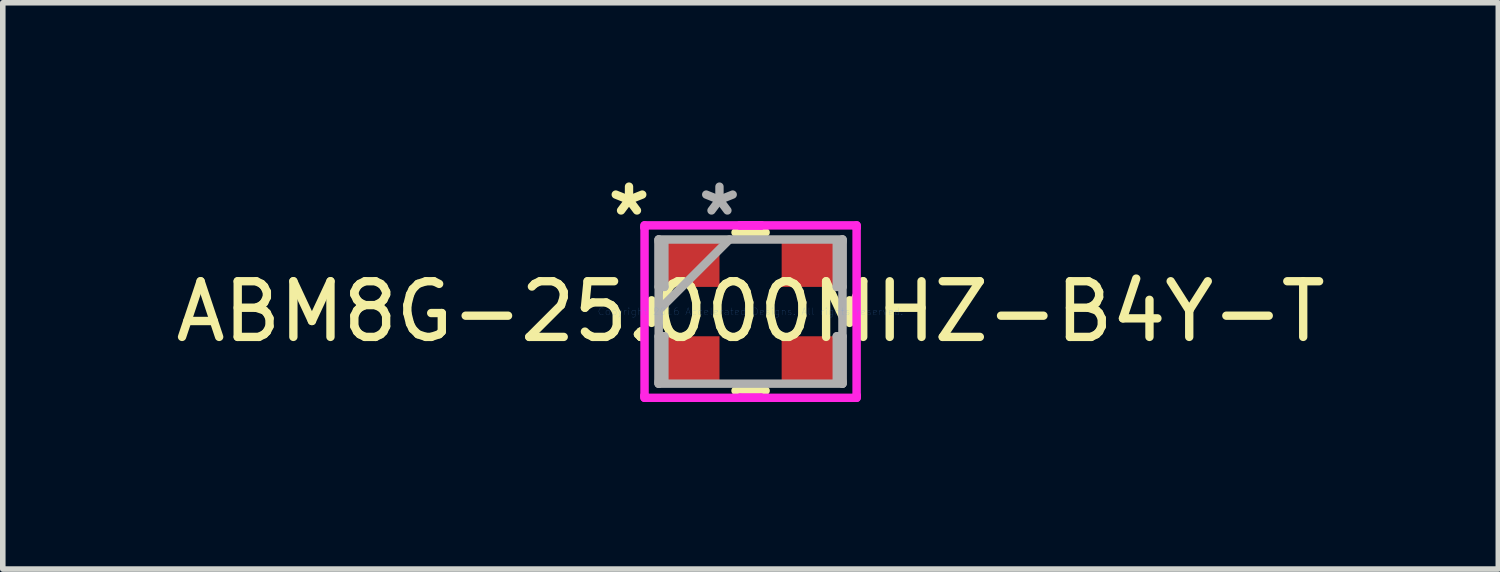
<source format=kicad_pcb>
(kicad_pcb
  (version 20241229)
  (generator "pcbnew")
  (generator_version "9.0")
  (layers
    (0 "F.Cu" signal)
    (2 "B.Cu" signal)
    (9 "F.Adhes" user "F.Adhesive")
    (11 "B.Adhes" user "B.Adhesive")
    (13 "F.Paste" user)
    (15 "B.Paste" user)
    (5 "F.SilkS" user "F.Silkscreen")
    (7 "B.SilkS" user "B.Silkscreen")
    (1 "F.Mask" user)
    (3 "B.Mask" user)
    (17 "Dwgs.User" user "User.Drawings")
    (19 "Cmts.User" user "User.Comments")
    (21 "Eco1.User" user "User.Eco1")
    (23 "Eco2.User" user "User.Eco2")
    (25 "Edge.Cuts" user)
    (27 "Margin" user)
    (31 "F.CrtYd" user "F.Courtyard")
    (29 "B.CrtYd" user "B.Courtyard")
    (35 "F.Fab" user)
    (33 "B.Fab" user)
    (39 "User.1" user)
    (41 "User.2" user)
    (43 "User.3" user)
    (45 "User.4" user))
  (footprint "ABM8G-25.000MHZ-B4Y-T"
    (layer "F.Cu")
    (at 10.435 2.548)
    (property "Reference" "ABM8G-25.000MHZ-B4Y-T" (at 0 0 0) (layer "F.SilkS") (effects (font (size 1 1) (thickness 0.15))))
    (attr through_hole)
    (fp_line (start -1.778 -0.202) (end -1.778 0.202) (stroke (width 0.152) (type solid)) (layer "F.SilkS"))
    (fp_line (start -0.27 1.422) (end 0.27 1.422) (stroke (width 0.152) (type solid)) (layer "F.SilkS"))
    (fp_line (start 0.27 -1.422) (end -0.27 -1.422) (stroke (width 0.152) (type solid)) (layer "F.SilkS"))
    (fp_line (start 1.778 0.202) (end 1.778 -0.202) (stroke (width 0.152) (type solid)) (layer "F.SilkS"))
    (fp_line (start -1.905 -1.549) (end 0.19 -1.549) (stroke (width 0.152) (type solid)) (layer "F.CrtYd"))
    (fp_line (start -1.905 -1.51) (end -1.905 -1.549) (stroke (width 0.152) (type solid)) (layer "F.CrtYd"))
    (fp_line (start -1.905 -1.51) (end -1.905 -1.51) (stroke (width 0.152) (type solid)) (layer "F.CrtYd"))
    (fp_line (start -1.905 1.51) (end -1.905 -1.51) (stroke (width 0.152) (type solid)) (layer "F.CrtYd"))
    (fp_line (start -1.905 1.51) (end -1.905 1.51) (stroke (width 0.152) (type solid)) (layer "F.CrtYd"))
    (fp_line (start -1.905 1.549) (end -1.905 1.51) (stroke (width 0.152) (type solid)) (layer "F.CrtYd"))
    (fp_line (start -0.19 -1.549) (end -0.19 -1.549) (stroke (width 0.152) (type solid)) (layer "F.CrtYd"))
    (fp_line (start -0.19 -1.549) (end 1.905 -1.549) (stroke (width 0.152) (type solid)) (layer "F.CrtYd"))
    (fp_line (start -0.19 1.549) (end -0.19 1.549) (stroke (width 0.152) (type solid)) (layer "F.CrtYd"))
    (fp_line (start -0.19 1.549) (end 0.19 1.549) (stroke (width 0.152) (type solid)) (layer "F.CrtYd"))
    (fp_line (start 0.19 -1.549) (end -0.19 -1.549) (stroke (width 0.152) (type solid)) (layer "F.CrtYd"))
    (fp_line (start 0.19 -1.549) (end 0.19 -1.549) (stroke (width 0.152) (type solid)) (layer "F.CrtYd"))
    (fp_line (start 0.19 1.549) (end -1.905 1.549) (stroke (width 0.152) (type solid)) (layer "F.CrtYd"))
    (fp_line (start 0.19 1.549) (end 0.19 1.549) (stroke (width 0.152) (type solid)) (layer "F.CrtYd"))
    (fp_line (start 1.905 -1.549) (end 1.905 -1.51) (stroke (width 0.152) (type solid)) (layer "F.CrtYd"))
    (fp_line (start 1.905 -1.51) (end 1.905 -1.51) (stroke (width 0.152) (type solid)) (layer "F.CrtYd"))
    (fp_line (start 1.905 -1.51) (end 1.905 1.51) (stroke (width 0.152) (type solid)) (layer "F.CrtYd"))
    (fp_line (start 1.905 1.51) (end 1.905 1.51) (stroke (width 0.152) (type solid)) (layer "F.CrtYd"))
    (fp_line (start 1.905 1.51) (end 1.905 1.549) (stroke (width 0.152) (type solid)) (layer "F.CrtYd"))
    (fp_line (start 1.905 1.549) (end -0.19 1.549) (stroke (width 0.152) (type solid)) (layer "F.CrtYd"))
    (fp_line (start -1.651 -1.295) (end -1.651 -1.295) (stroke (width 0.152) (type solid)) (layer "F.Fab"))
    (fp_line (start -1.651 -1.295) (end -1.651 1.295) (stroke (width 0.152) (type solid)) (layer "F.Fab"))
    (fp_line (start -1.651 -1.256) (end -1.549 -1.256) (stroke (width 0.152) (type solid)) (layer "F.Fab"))
    (fp_line (start -1.651 -0.444) (end -1.651 -1.256) (stroke (width 0.152) (type solid)) (layer "F.Fab"))
    (fp_line (start -1.651 -0.025) (end -0.381 -1.295) (stroke (width 0.152) (type solid)) (layer "F.Fab"))
    (fp_line (start -1.651 0.444) (end -1.549 0.444) (stroke (width 0.152) (type solid)) (layer "F.Fab"))
    (fp_line (start -1.651 1.256) (end -1.651 0.444) (stroke (width 0.152) (type solid)) (layer "F.Fab"))
    (fp_line (start -1.651 1.295) (end -1.651 1.295) (stroke (width 0.152) (type solid)) (layer "F.Fab"))
    (fp_line (start -1.651 1.295) (end 1.651 1.295) (stroke (width 0.152) (type solid)) (layer "F.Fab"))
    (fp_line (start -1.549 -1.256) (end -1.549 -0.444) (stroke (width 0.152) (type solid)) (layer "F.Fab"))
    (fp_line (start -1.549 -0.444) (end -1.651 -0.444) (stroke (width 0.152) (type solid)) (layer "F.Fab"))
    (fp_line (start -1.549 0.444) (end -1.549 1.256) (stroke (width 0.152) (type solid)) (layer "F.Fab"))
    (fp_line (start -1.549 1.256) (end -1.651 1.256) (stroke (width 0.152) (type solid)) (layer "F.Fab"))
    (fp_line (start 1.549 -1.256) (end 1.651 -1.256) (stroke (width 0.152) (type solid)) (layer "F.Fab"))
    (fp_line (start 1.549 -0.444) (end 1.549 -1.256) (stroke (width 0.152) (type solid)) (layer "F.Fab"))
    (fp_line (start 1.549 0.444) (end 1.651 0.444) (stroke (width 0.152) (type solid)) (layer "F.Fab"))
    (fp_line (start 1.549 1.256) (end 1.549 0.444) (stroke (width 0.152) (type solid)) (layer "F.Fab"))
    (fp_line (start 1.651 -1.295) (end -1.651 -1.295) (stroke (width 0.152) (type solid)) (layer "F.Fab"))
    (fp_line (start 1.651 -1.295) (end 1.651 -1.295) (stroke (width 0.152) (type solid)) (layer "F.Fab"))
    (fp_line (start 1.651 -1.256) (end 1.651 -0.444) (stroke (width 0.152) (type solid)) (layer "F.Fab"))
    (fp_line (start 1.651 -0.444) (end 1.549 -0.444) (stroke (width 0.152) (type solid)) (layer "F.Fab"))
    (fp_line (start 1.651 0.444) (end 1.651 1.256) (stroke (width 0.152) (type solid)) (layer "F.Fab"))
    (fp_line (start 1.651 1.256) (end 1.549 1.256) (stroke (width 0.152) (type solid)) (layer "F.Fab"))
    (fp_line (start 1.651 1.295) (end 1.651 -1.295) (stroke (width 0.152) (type solid)) (layer "F.Fab"))
    (fp_line (start 1.651 1.295) (end 1.651 1.295) (stroke (width 0.152) (type solid)) (layer "F.Fab"))
    (fp_text user "*" (at -2.184 -1.7 0) (layer "F.SilkS") (effects (font (size 1 1) (thickness 0.15))))
    (fp_text user "Copyright 2016 Accelerated Designs. All rights reserved." (at 0 0 0) (layer "Cmts.User") (effects (font (size 0.127 0.127) (thickness 0.002))))
    (fp_text user "*" (at -0.559 -1.7 0) (layer "F.Fab") (effects (font (size 1 1) (thickness 0.15))))
    (pad "1" smd rect (at -1.054 -0.85 90) (size 0.813 0.991) (layers "F.Cu" "F.Mask" "F.Paste"))
    (pad "2" smd rect (at -1.054 0.85 90) (size 0.813 0.991) (layers "F.Cu" "F.Mask" "F.Paste"))
    (pad "3" smd rect (at 1.054 0.85 90) (size 0.813 0.991) (layers "F.Cu" "F.Mask" "F.Paste"))
    (pad "4" smd rect (at 1.054 -0.85 90) (size 0.813 0.991) (layers "F.Cu" "F.Mask" "F.Paste")))
  (gr_rect
    (start -3 -3)
    (end 23.869 7.174)
    (stroke (width 0.1) (type default))
    (fill no)
    (layer "Edge.Cuts")))
</source>
